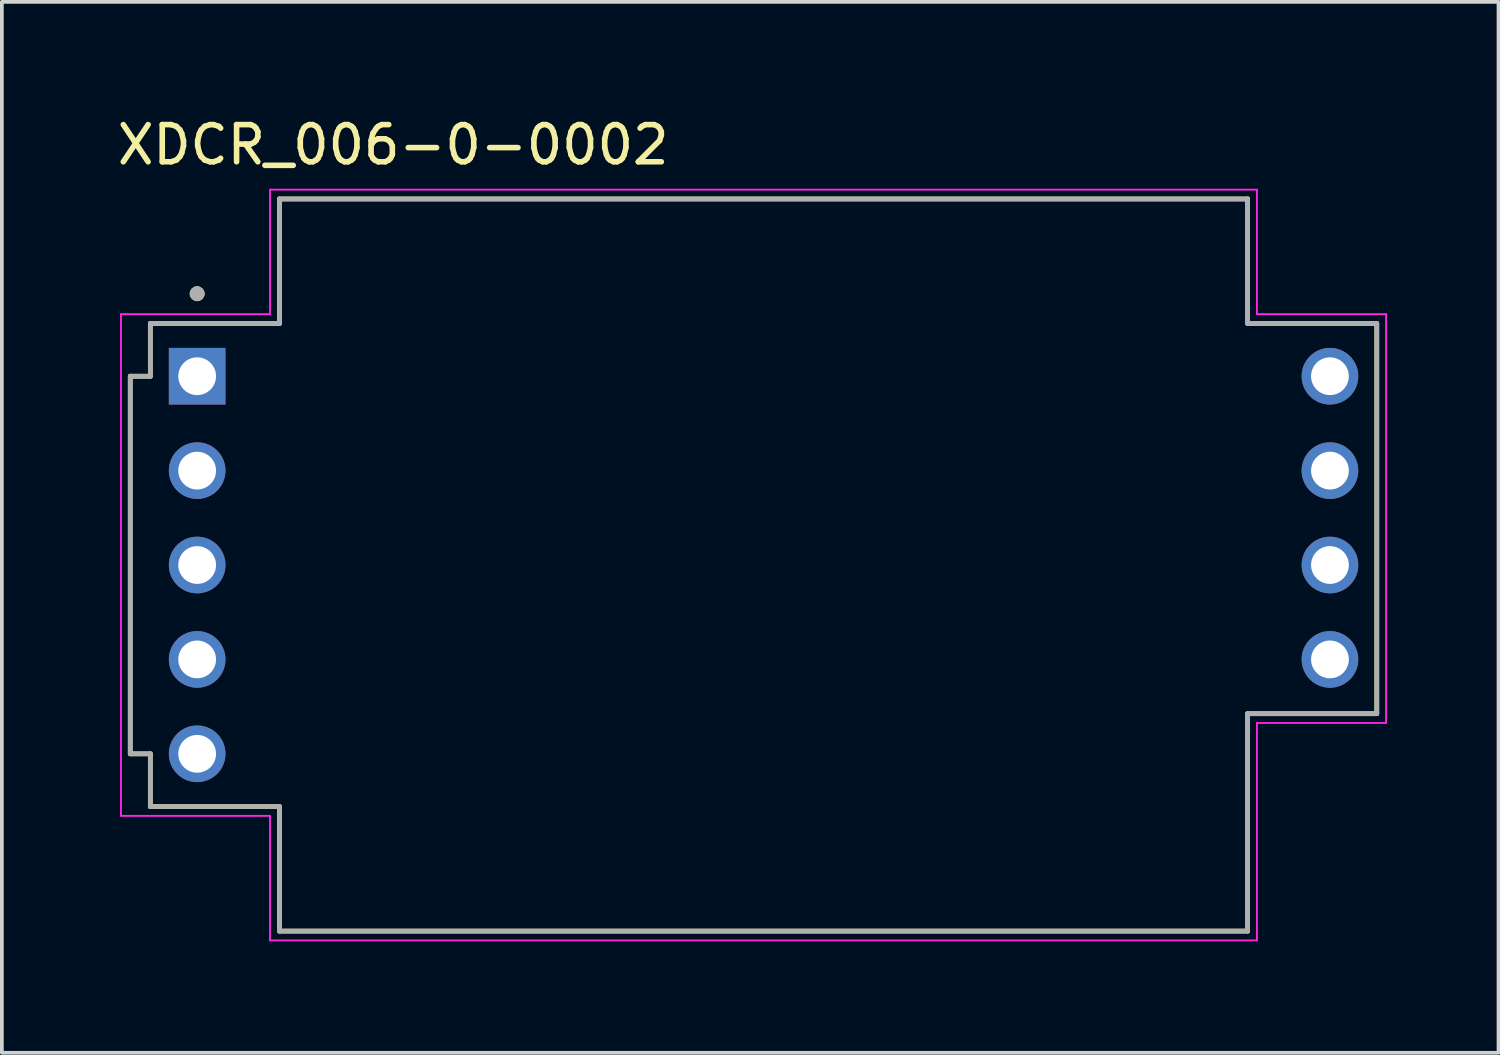
<source format=kicad_pcb>
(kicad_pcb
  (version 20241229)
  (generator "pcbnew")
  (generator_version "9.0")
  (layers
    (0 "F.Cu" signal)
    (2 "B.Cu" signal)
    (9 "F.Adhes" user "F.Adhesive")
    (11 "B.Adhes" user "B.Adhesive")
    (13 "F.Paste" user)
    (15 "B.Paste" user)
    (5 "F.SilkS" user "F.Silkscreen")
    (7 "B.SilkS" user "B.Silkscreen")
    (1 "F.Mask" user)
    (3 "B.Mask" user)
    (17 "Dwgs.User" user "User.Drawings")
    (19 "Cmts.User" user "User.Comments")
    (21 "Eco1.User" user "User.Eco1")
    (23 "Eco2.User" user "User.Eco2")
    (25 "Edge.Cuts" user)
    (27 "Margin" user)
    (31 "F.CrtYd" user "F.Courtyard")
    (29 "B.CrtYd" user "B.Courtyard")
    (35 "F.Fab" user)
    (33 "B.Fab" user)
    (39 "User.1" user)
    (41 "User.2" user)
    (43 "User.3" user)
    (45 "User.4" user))
  (footprint "XDCR_006-0-0002"
    (layer "F.Cu")
    (at 17.495 12.153)
    (property "Reference" "XDCR_006-0-0002" (at -9.965 -11.305 0) (layer "F.SilkS") (effects (font (size 1 1) (thickness 0.15))))
    (attr through_hole)
    (fp_line (start -17.04 -5.08) (end -17.04 5.08) (stroke (width 0.127) (type solid)) (layer "F.SilkS"))
    (fp_line (start -17.04 5.08) (end -16.5 5.08) (stroke (width 0.127) (type solid)) (layer "F.SilkS"))
    (fp_line (start -16.5 -6.5) (end -16.5 -5.08) (stroke (width 0.127) (type solid)) (layer "F.SilkS"))
    (fp_line (start -16.5 -5.08) (end -17.04 -5.08) (stroke (width 0.127) (type solid)) (layer "F.SilkS"))
    (fp_line (start -16.5 5.08) (end -16.5 6.5) (stroke (width 0.127) (type solid)) (layer "F.SilkS"))
    (fp_line (start -16.5 6.5) (end -13.025 6.5) (stroke (width 0.127) (type solid)) (layer "F.SilkS"))
    (fp_line (start -13.025 -9.85) (end -13.025 -6.5) (stroke (width 0.127) (type solid)) (layer "F.SilkS"))
    (fp_line (start -13.025 -6.5) (end -16.5 -6.5) (stroke (width 0.127) (type solid)) (layer "F.SilkS"))
    (fp_line (start -13.025 6.5) (end -13.025 9.85) (stroke (width 0.127) (type solid)) (layer "F.SilkS"))
    (fp_line (start -13.025 9.85) (end 13.025 9.85) (stroke (width 0.127) (type solid)) (layer "F.SilkS"))
    (fp_line (start 13.025 -9.85) (end -13.025 -9.85) (stroke (width 0.127) (type solid)) (layer "F.SilkS"))
    (fp_line (start 13.025 -6.5) (end 13.025 -9.85) (stroke (width 0.127) (type solid)) (layer "F.SilkS"))
    (fp_line (start 13.025 9.85) (end 13.025 4) (stroke (width 0.127) (type solid)) (layer "F.SilkS"))
    (fp_line (start 16.5 -6.5) (end 13.025 -6.5) (stroke (width 0.127) (type solid)) (layer "F.SilkS"))
    (fp_line (start 16.5 4) (end 13.025 4) (stroke (width 0.127) (type solid)) (layer "F.SilkS"))
    (fp_line (start 16.5 4) (end 16.5 -6.5) (stroke (width 0.127) (type solid)) (layer "F.SilkS"))
    (fp_circle (center -15.24 -7.3) (end -15.14 -7.3) (stroke (width 0.2) (type solid)) (fill no) (layer "F.SilkS"))
    (fp_line (start -17.29 -6.75) (end -13.28 -6.75) (stroke (width 0.05) (type solid)) (layer "F.CrtYd"))
    (fp_line (start -17.29 6.75) (end -17.29 -6.75) (stroke (width 0.05) (type solid)) (layer "F.CrtYd"))
    (fp_line (start -13.28 -10.1) (end 13.275 -10.1) (stroke (width 0.05) (type solid)) (layer "F.CrtYd"))
    (fp_line (start -13.28 -6.75) (end -13.28 -10.1) (stroke (width 0.05) (type solid)) (layer "F.CrtYd"))
    (fp_line (start -13.28 6.75) (end -17.29 6.75) (stroke (width 0.05) (type solid)) (layer "F.CrtYd"))
    (fp_line (start -13.28 10.1) (end -13.28 6.75) (stroke (width 0.05) (type solid)) (layer "F.CrtYd"))
    (fp_line (start 13.275 -10.1) (end 13.275 -6.75) (stroke (width 0.05) (type solid)) (layer "F.CrtYd"))
    (fp_line (start 13.275 -6.75) (end 16.75 -6.75) (stroke (width 0.05) (type solid)) (layer "F.CrtYd"))
    (fp_line (start 13.275 4.25) (end 13.275 10.1) (stroke (width 0.05) (type solid)) (layer "F.CrtYd"))
    (fp_line (start 13.275 10.1) (end -13.28 10.1) (stroke (width 0.05) (type solid)) (layer "F.CrtYd"))
    (fp_line (start 16.75 -6.75) (end 16.75 4.25) (stroke (width 0.05) (type solid)) (layer "F.CrtYd"))
    (fp_line (start 16.75 4.25) (end 13.275 4.25) (stroke (width 0.05) (type solid)) (layer "F.CrtYd"))
    (fp_line (start -17.04 -5.08) (end -17.04 5.08) (stroke (width 0.127) (type solid)) (layer "F.Fab"))
    (fp_line (start -17.04 5.08) (end -16.5 5.08) (stroke (width 0.127) (type solid)) (layer "F.Fab"))
    (fp_line (start -16.5 -6.5) (end -16.5 -5.08) (stroke (width 0.127) (type solid)) (layer "F.Fab"))
    (fp_line (start -16.5 -5.08) (end -17.04 -5.08) (stroke (width 0.127) (type solid)) (layer "F.Fab"))
    (fp_line (start -16.5 5.08) (end -16.5 6.5) (stroke (width 0.127) (type solid)) (layer "F.Fab"))
    (fp_line (start -16.5 6.5) (end -13.025 6.5) (stroke (width 0.127) (type solid)) (layer "F.Fab"))
    (fp_line (start -13.025 -9.85) (end -13.025 -6.5) (stroke (width 0.127) (type solid)) (layer "F.Fab"))
    (fp_line (start -13.025 -6.5) (end -16.5 -6.5) (stroke (width 0.127) (type solid)) (layer "F.Fab"))
    (fp_line (start -13.025 6.5) (end -13.025 9.85) (stroke (width 0.127) (type solid)) (layer "F.Fab"))
    (fp_line (start -13.025 9.85) (end 13.025 9.85) (stroke (width 0.127) (type solid)) (layer "F.Fab"))
    (fp_line (start 13.025 -9.85) (end -13.025 -9.85) (stroke (width 0.127) (type solid)) (layer "F.Fab"))
    (fp_line (start 13.025 -6.5) (end 13.025 -9.85) (stroke (width 0.127) (type solid)) (layer "F.Fab"))
    (fp_line (start 13.025 9.85) (end 13.025 4) (stroke (width 0.127) (type solid)) (layer "F.Fab"))
    (fp_line (start 16.5 -6.5) (end 13.025 -6.5) (stroke (width 0.127) (type solid)) (layer "F.Fab"))
    (fp_line (start 16.5 4) (end 13.025 4) (stroke (width 0.127) (type solid)) (layer "F.Fab"))
    (fp_line (start 16.5 4) (end 16.5 -6.5) (stroke (width 0.127) (type solid)) (layer "F.Fab"))
    (fp_circle (center -15.24 -7.3) (end -15.14 -7.3) (stroke (width 0.2) (type solid)) (fill no) (layer "F.Fab"))
    (pad "1" thru_hole rect (at -15.24 -5.08) (size 1.524 1.524) (drill 1.016) (layers "*.Cu" "*.Mask"))
    (pad "2" thru_hole circle (at -15.24 -2.54) (size 1.524 1.524) (drill 1.016) (layers "*.Cu" "*.Mask"))
    (pad "3" thru_hole circle (at -15.24 0) (size 1.524 1.524) (drill 1.016) (layers "*.Cu" "*.Mask"))
    (pad "4" thru_hole circle (at -15.24 2.54) (size 1.524 1.524) (drill 1.016) (layers "*.Cu" "*.Mask"))
    (pad "5" thru_hole circle (at -15.24 5.08) (size 1.524 1.524) (drill 1.016) (layers "*.Cu" "*.Mask"))
    (pad "6" thru_hole circle (at 15.24 2.54) (size 1.524 1.524) (drill 1.016) (layers "*.Cu" "*.Mask"))
    (pad "7" thru_hole circle (at 15.24 0) (size 1.524 1.524) (drill 1.016) (layers "*.Cu" "*.Mask"))
    (pad "8" thru_hole circle (at 15.24 -2.54) (size 1.524 1.524) (drill 1.016) (layers "*.Cu" "*.Mask"))
    (pad "9" thru_hole circle (at 15.24 -5.08) (size 1.524 1.524) (drill 1.016) (layers "*.Cu" "*.Mask")))
  (gr_rect
    (start -3 -3)
    (end 37.27 25.278)
    (stroke (width 0.1) (type default))
    (fill no)
    (layer "Edge.Cuts")))
</source>
